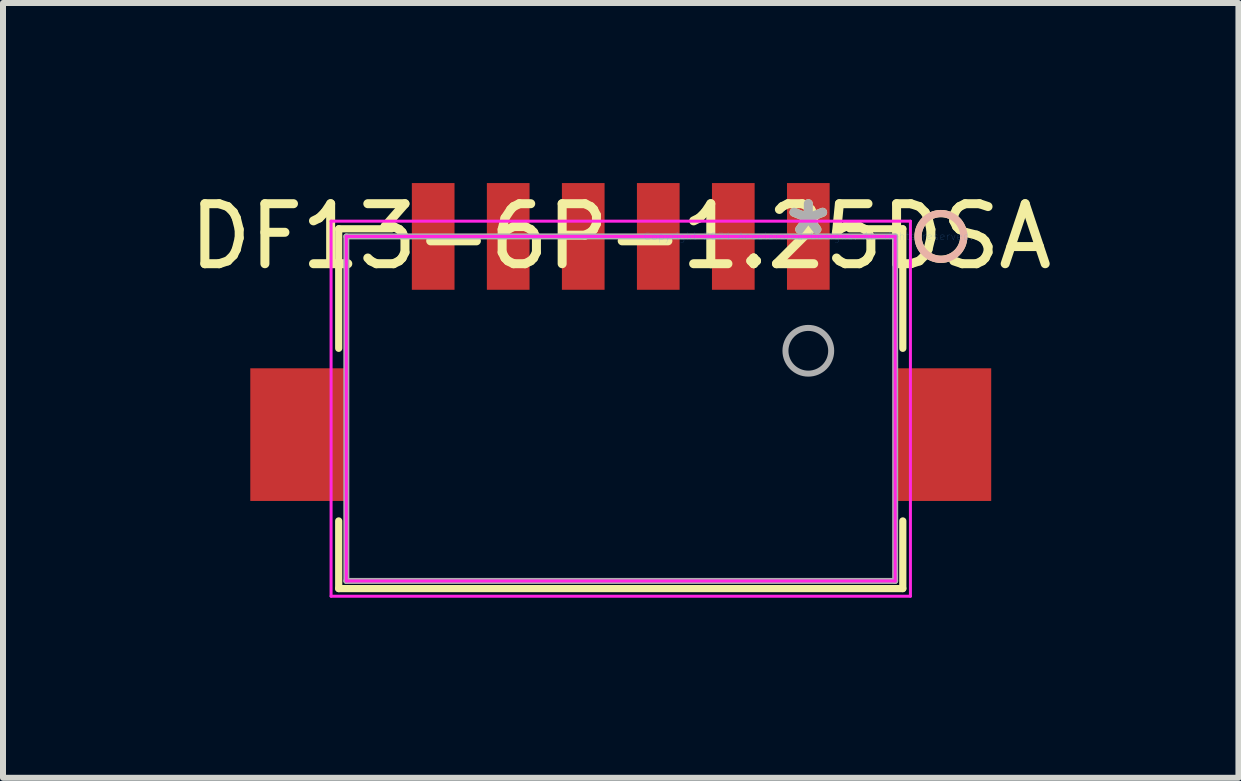
<source format=kicad_pcb>
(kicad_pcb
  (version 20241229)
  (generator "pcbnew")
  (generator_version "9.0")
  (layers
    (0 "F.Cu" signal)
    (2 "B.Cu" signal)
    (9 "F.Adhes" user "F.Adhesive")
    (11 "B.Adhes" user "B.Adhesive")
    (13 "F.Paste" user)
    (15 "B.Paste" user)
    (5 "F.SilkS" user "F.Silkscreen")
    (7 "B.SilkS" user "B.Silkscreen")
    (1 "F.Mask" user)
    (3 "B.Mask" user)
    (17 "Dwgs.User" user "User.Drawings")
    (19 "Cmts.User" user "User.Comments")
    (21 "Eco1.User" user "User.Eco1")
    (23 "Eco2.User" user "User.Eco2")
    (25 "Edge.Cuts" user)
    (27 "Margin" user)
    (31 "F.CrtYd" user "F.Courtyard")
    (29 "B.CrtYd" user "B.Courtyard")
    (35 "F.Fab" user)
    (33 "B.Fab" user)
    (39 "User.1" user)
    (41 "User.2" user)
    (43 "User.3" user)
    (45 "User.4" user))
  (footprint "DF13-6P-1.25DSA"
    (layer "F.Cu")
    (at 10.417 0.889)
    (property "Reference" "DF13-6P-1.25DSA" (at -3.125 0 0) (layer "F.SilkS") (effects (font (size 1 1) (thickness 0.15))))
    (attr through_hole)
    (fp_line (start -7.824 -0.127) (end -7.824 1.864) (stroke (width 0.12) (type solid)) (layer "F.SilkS"))
    (fp_line (start -7.824 4.74) (end -7.824 5.867) (stroke (width 0.12) (type solid)) (layer "F.SilkS"))
    (fp_line (start -7.824 5.867) (end 1.574 5.867) (stroke (width 0.12) (type solid)) (layer "F.SilkS"))
    (fp_line (start -6.938 -0.127) (end -7.824 -0.127) (stroke (width 0.12) (type solid)) (layer "F.SilkS"))
    (fp_line (start 1.574 -0.127) (end 0.688 -0.127) (stroke (width 0.12) (type solid)) (layer "F.SilkS"))
    (fp_line (start 1.574 1.864) (end 1.574 -0.127) (stroke (width 0.12) (type solid)) (layer "F.SilkS"))
    (fp_line (start 1.574 5.867) (end 1.574 4.74) (stroke (width 0.12) (type solid)) (layer "F.SilkS"))
    (fp_circle (center 2.209 0) (end 2.59 0) (stroke (width 0.12) (type solid)) (fill no) (layer "F.SilkS"))
    (fp_circle (center 2.209 0) (end 2.59 0) (stroke (width 0.12) (type solid)) (fill no) (layer "B.SilkS"))
    (fp_line (start -7.951 -0.254) (end -7.951 5.994) (stroke (width 0.05) (type solid)) (layer "F.CrtYd"))
    (fp_line (start -7.951 5.994) (end 1.701 5.994) (stroke (width 0.05) (type solid)) (layer "F.CrtYd"))
    (fp_line (start -7.697 0) (end -7.697 5.74) (stroke (width 0.05) (type solid)) (layer "F.CrtYd"))
    (fp_line (start -7.697 5.74) (end 1.447 5.74) (stroke (width 0.05) (type solid)) (layer "F.CrtYd"))
    (fp_line (start 1.447 0) (end -7.697 0) (stroke (width 0.05) (type solid)) (layer "F.CrtYd"))
    (fp_line (start 1.447 5.74) (end 1.447 0) (stroke (width 0.05) (type solid)) (layer "F.CrtYd"))
    (fp_line (start 1.701 -0.254) (end -7.951 -0.254) (stroke (width 0.05) (type solid)) (layer "F.CrtYd"))
    (fp_line (start 1.701 5.994) (end 1.701 -0.254) (stroke (width 0.05) (type solid)) (layer "F.CrtYd"))
    (fp_line (start -7.697 0) (end -7.697 5.74) (stroke (width 0.1) (type solid)) (layer "F.Fab"))
    (fp_line (start -7.697 5.74) (end 1.447 5.74) (stroke (width 0.1) (type solid)) (layer "F.Fab"))
    (fp_line (start 1.447 0) (end -7.697 0) (stroke (width 0.1) (type solid)) (layer "F.Fab"))
    (fp_line (start 1.447 5.74) (end 1.447 0) (stroke (width 0.1) (type solid)) (layer "F.Fab"))
    (fp_circle (center 0 1.905) (end 0.381 1.905) (stroke (width 0.1) (type solid)) (fill no) (layer "F.Fab"))
    (fp_text user "*" (at 0 0 0) (layer "F.SilkS") (effects (font (size 1 1) (thickness 0.15))))
    (fp_text user "Copyright 2021 Accelerated Designs. All rights reserved." (at 0 0 0) (layer "Cmts.User") (effects (font (size 0.127 0.127) (thickness 0.002))))
    (fp_text user "*" (at 0 0 0) (layer "F.Fab") (effects (font (size 1 1) (thickness 0.15))))
    (pad "1" smd rect (at 0 0) (size 0.711 1.778) (layers "F.Cu" "F.Mask" "F.Paste"))
    (pad "2" smd rect (at -1.25 0) (size 0.711 1.778) (layers "F.Cu" "F.Mask" "F.Paste"))
    (pad "3" smd rect (at -2.5 0) (size 0.711 1.778) (layers "F.Cu" "F.Mask" "F.Paste"))
    (pad "4" smd rect (at -3.75 0) (size 0.711 1.778) (layers "F.Cu" "F.Mask" "F.Paste"))
    (pad "5" smd rect (at -5 0) (size 0.711 1.778) (layers "F.Cu" "F.Mask" "F.Paste"))
    (pad "6" smd rect (at -6.25 0) (size 0.711 1.778) (layers "F.Cu" "F.Mask" "F.Paste"))
    (pad "7" smd rect (at -8.497 3.302) (size 1.6 2.21) (layers "F.Cu" "F.Mask" "F.Paste"))
    (pad "8" smd rect (at 2.247 3.302) (size 1.6 2.21) (layers "F.Cu" "F.Mask" "F.Paste")))
  (gr_rect
    (start -3 -3)
    (end 17.583 9.908)
    (stroke (width 0.1) (type default))
    (fill no)
    (layer "Edge.Cuts")))
</source>
